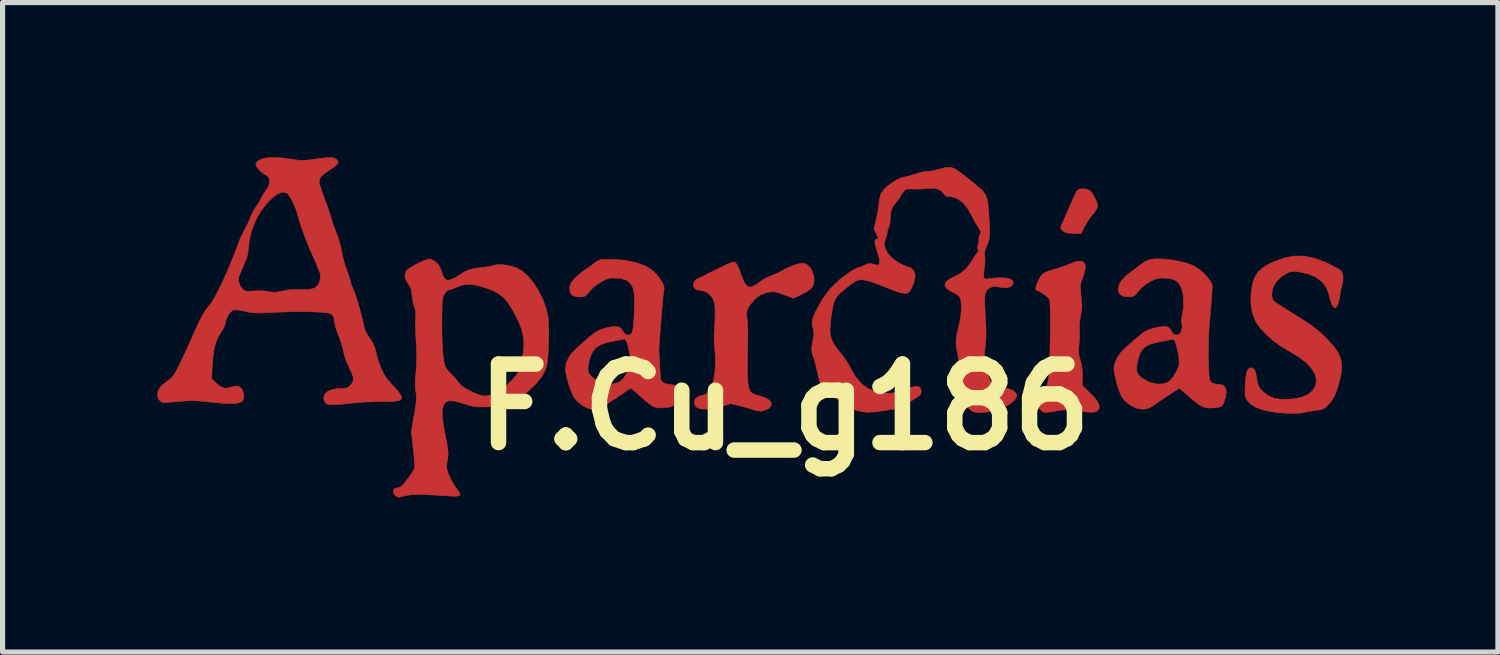
<source format=kicad_pcb>
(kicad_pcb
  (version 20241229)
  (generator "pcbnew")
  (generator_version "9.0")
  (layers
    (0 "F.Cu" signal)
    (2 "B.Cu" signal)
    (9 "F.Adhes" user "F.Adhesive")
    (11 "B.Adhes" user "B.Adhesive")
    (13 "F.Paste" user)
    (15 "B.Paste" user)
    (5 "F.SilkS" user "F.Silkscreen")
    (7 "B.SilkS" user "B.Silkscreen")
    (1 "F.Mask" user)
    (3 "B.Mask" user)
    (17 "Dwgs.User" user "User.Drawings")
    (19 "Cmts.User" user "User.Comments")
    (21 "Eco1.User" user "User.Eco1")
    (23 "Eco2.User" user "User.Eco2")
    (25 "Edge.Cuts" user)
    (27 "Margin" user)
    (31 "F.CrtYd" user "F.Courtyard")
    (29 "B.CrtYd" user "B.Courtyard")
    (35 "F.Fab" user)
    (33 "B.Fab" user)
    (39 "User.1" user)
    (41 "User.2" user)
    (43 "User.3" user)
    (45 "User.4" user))
  (footprint "F.Cu_g186"
    (layer "F.Cu")
    (at 12.176 4.849)
    (property "Reference" "F.Cu_g186" (at 0 0 0) (layer "F.SilkS") (effects (font (size 1.524 1.524) (thickness 0.3))))
    (attr through_hole)
    (fp_poly (pts (xy 5.867 -4.225) (xy 5.918 -4.202) (xy 5.961 -4.159) (xy 6.005 -4.09) (xy 6.044 -4.011) (xy 6.069 -3.936) (xy 6.075 -3.898) (xy 6.06 -3.855) (xy 6.022 -3.793) (xy 5.979 -3.739) (xy 5.915 -3.658) (xy 5.853 -3.562) (xy 5.817 -3.498) (xy 5.752 -3.365) (xy 5.633 -3.368) (xy 5.558 -3.372) (xy 5.494 -3.377) (xy 5.469 -3.38) (xy 5.419 -3.403) (xy 5.385 -3.431) (xy 5.364 -3.458) (xy 5.359 -3.484) (xy 5.371 -3.524) (xy 5.391 -3.573) (xy 5.417 -3.631) (xy 5.454 -3.717) (xy 5.499 -3.819) (xy 5.545 -3.925) (xy 5.546 -3.926) (xy 5.589 -4.024) (xy 5.629 -4.109) (xy 5.661 -4.173) (xy 5.681 -4.207) (xy 5.683 -4.209) (xy 5.729 -4.231) (xy 5.796 -4.236) (xy 5.867 -4.225)) (stroke (width 0.01) (type solid)) (fill yes) (layer "F.Cu"))
    (fp_poly (pts (xy 5.77 -2.827) (xy 5.811 -2.801) (xy 5.834 -2.757) (xy 5.835 -2.688) (xy 5.813 -2.592) (xy 5.776 -2.484) (xy 5.754 -2.422) (xy 5.741 -2.372) (xy 5.737 -2.321) (xy 5.741 -2.256) (xy 5.751 -2.165) (xy 5.753 -2.144) (xy 5.765 -2.038) (xy 5.769 -1.959) (xy 5.765 -1.891) (xy 5.753 -1.82) (xy 5.745 -1.787) (xy 5.721 -1.624) (xy 5.72 -1.492) (xy 5.722 -1.387) (xy 5.718 -1.271) (xy 5.711 -1.194) (xy 5.703 -1.103) (xy 5.707 -1.032) (xy 5.723 -0.961) (xy 5.736 -0.921) (xy 5.763 -0.816) (xy 5.777 -0.693) (xy 5.779 -0.607) (xy 5.779 -0.416) (xy 5.913 -0.286) (xy 6.011 -0.186) (xy 6.073 -0.104) (xy 6.104 -0.037) (xy 6.104 0.019) (xy 6.099 0.034) (xy 6.062 0.077) (xy 6.022 0.097) (xy 5.977 0.1) (xy 5.899 0.098) (xy 5.796 0.09) (xy 5.678 0.077) (xy 5.552 0.061) (xy 5.503 0.054) (xy 5.457 0.053) (xy 5.384 0.06) (xy 5.298 0.072) (xy 5.281 0.075) (xy 5.172 0.093) (xy 5.097 0.102) (xy 5.046 0.102) (xy 5.01 0.091) (xy 4.982 0.071) (xy 4.974 0.064) (xy 4.945 0.025) (xy 4.935 -0.02) (xy 4.946 -0.079) (xy 4.978 -0.16) (xy 5.006 -0.219) (xy 5.04 -0.293) (xy 5.069 -0.36) (xy 5.092 -0.426) (xy 5.109 -0.496) (xy 5.123 -0.576) (xy 5.133 -0.672) (xy 5.14 -0.787) (xy 5.146 -0.929) (xy 5.149 -1.102) (xy 5.152 -1.311) (xy 5.153 -1.335) (xy 5.155 -1.546) (xy 5.155 -1.718) (xy 5.155 -1.854) (xy 5.152 -1.957) (xy 5.148 -2.03) (xy 5.142 -2.077) (xy 5.136 -2.097) (xy 5.105 -2.133) (xy 5.048 -2.178) (xy 4.978 -2.223) (xy 4.908 -2.26) (xy 4.879 -2.271) (xy 4.872 -2.294) (xy 4.881 -2.343) (xy 4.903 -2.406) (xy 4.932 -2.473) (xy 4.965 -2.532) (xy 4.99 -2.565) (xy 5.042 -2.605) (xy 5.125 -2.64) (xy 5.215 -2.667) (xy 5.319 -2.699) (xy 5.431 -2.737) (xy 5.525 -2.774) (xy 5.528 -2.775) (xy 5.634 -2.816) (xy 5.713 -2.833) (xy 5.77 -2.827)) (stroke (width 0.01) (type solid)) (fill yes) (layer "F.Cu"))
    (fp_poly (pts (xy 10.091 -2.929) (xy 10.285 -2.888) (xy 10.491 -2.81) (xy 10.539 -2.788) (xy 10.631 -2.742) (xy 10.711 -2.698) (xy 10.771 -2.663) (xy 10.798 -2.642) (xy 10.825 -2.591) (xy 10.837 -2.516) (xy 10.833 -2.431) (xy 10.816 -2.359) (xy 10.802 -2.309) (xy 10.786 -2.234) (xy 10.773 -2.155) (xy 10.75 -2.037) (xy 10.723 -1.961) (xy 10.691 -1.926) (xy 10.658 -1.932) (xy 10.624 -1.98) (xy 10.591 -2.068) (xy 10.563 -2.181) (xy 10.516 -2.314) (xy 10.433 -2.426) (xy 10.317 -2.516) (xy 10.167 -2.582) (xy 9.988 -2.623) (xy 9.971 -2.625) (xy 9.889 -2.633) (xy 9.831 -2.63) (xy 9.781 -2.614) (xy 9.757 -2.603) (xy 9.626 -2.519) (xy 9.531 -2.42) (xy 9.473 -2.309) (xy 9.455 -2.202) (xy 9.459 -2.134) (xy 9.472 -2.081) (xy 9.48 -2.067) (xy 9.506 -2.046) (xy 9.562 -2.008) (xy 9.642 -1.955) (xy 9.742 -1.891) (xy 9.856 -1.82) (xy 9.902 -1.791) (xy 10.071 -1.685) (xy 10.211 -1.591) (xy 10.328 -1.503) (xy 10.43 -1.415) (xy 10.527 -1.32) (xy 10.624 -1.212) (xy 10.671 -1.157) (xy 10.744 -1.053) (xy 10.791 -0.945) (xy 10.811 -0.826) (xy 10.806 -0.691) (xy 10.776 -0.532) (xy 10.732 -0.381) (xy 10.696 -0.274) (xy 10.66 -0.195) (xy 10.619 -0.129) (xy 10.568 -0.067) (xy 10.514 -0.009) (xy 10.472 0.026) (xy 10.427 0.046) (xy 10.364 0.058) (xy 10.311 0.065) (xy 10.221 0.078) (xy 10.137 0.092) (xy 10.078 0.105) (xy 9.995 0.119) (xy 9.881 0.124) (xy 9.745 0.121) (xy 9.596 0.11) (xy 9.462 0.093) (xy 9.287 0.057) (xy 9.144 0.005) (xy 9.037 -0.062) (xy 8.978 -0.127) (xy 8.956 -0.164) (xy 8.942 -0.2) (xy 8.935 -0.247) (xy 8.934 -0.313) (xy 8.937 -0.411) (xy 8.937 -0.423) (xy 8.946 -0.559) (xy 8.962 -0.657) (xy 8.985 -0.721) (xy 9.018 -0.754) (xy 9.051 -0.762) (xy 9.096 -0.748) (xy 9.129 -0.703) (xy 9.15 -0.623) (xy 9.159 -0.566) (xy 9.18 -0.454) (xy 9.218 -0.37) (xy 9.282 -0.298) (xy 9.297 -0.285) (xy 9.395 -0.215) (xy 9.499 -0.172) (xy 9.62 -0.152) (xy 9.706 -0.149) (xy 9.89 -0.16) (xy 10.044 -0.194) (xy 10.166 -0.25) (xy 10.254 -0.327) (xy 10.306 -0.422) (xy 10.319 -0.531) (xy 10.291 -0.642) (xy 10.222 -0.755) (xy 10.112 -0.869) (xy 9.961 -0.983) (xy 9.77 -1.097) (xy 9.751 -1.107) (xy 9.612 -1.192) (xy 9.473 -1.296) (xy 9.344 -1.412) (xy 9.234 -1.53) (xy 9.152 -1.642) (xy 9.14 -1.664) (xy 9.08 -1.816) (xy 9.049 -1.991) (xy 9.049 -2.185) (xy 9.056 -2.255) (xy 9.083 -2.403) (xy 9.125 -2.522) (xy 9.188 -2.619) (xy 9.277 -2.701) (xy 9.399 -2.775) (xy 9.514 -2.829) (xy 9.712 -2.899) (xy 9.902 -2.932) (xy 10.091 -2.929)) (stroke (width 0.01) (type solid)) (fill yes) (layer "F.Cu"))
    (fp_poly (pts (xy -0.958 -2.804) (xy -0.925 -2.766) (xy -0.89 -2.696) (xy -0.852 -2.591) (xy -0.848 -2.578) (xy -0.818 -2.498) (xy -0.785 -2.426) (xy -0.759 -2.382) (xy -0.723 -2.346) (xy -0.685 -2.329) (xy -0.637 -2.335) (xy -0.574 -2.365) (xy -0.49 -2.42) (xy -0.427 -2.465) (xy -0.364 -2.503) (xy -0.285 -2.539) (xy -0.25 -2.552) (xy -0.164 -2.586) (xy -0.075 -2.631) (xy -0.045 -2.648) (xy 0.035 -2.691) (xy 0.128 -2.732) (xy 0.222 -2.766) (xy 0.303 -2.788) (xy 0.35 -2.794) (xy 0.421 -2.774) (xy 0.484 -2.721) (xy 0.534 -2.642) (xy 0.565 -2.547) (xy 0.572 -2.476) (xy 0.565 -2.396) (xy 0.54 -2.334) (xy 0.492 -2.281) (xy 0.413 -2.229) (xy 0.343 -2.193) (xy 0.173 -2.11) (xy 0.018 -2.168) (xy -0.088 -2.206) (xy -0.165 -2.229) (xy -0.228 -2.237) (xy -0.286 -2.233) (xy -0.353 -2.218) (xy -0.374 -2.212) (xy -0.464 -2.178) (xy -0.536 -2.13) (xy -0.59 -2.078) (xy -0.663 -1.994) (xy -0.709 -1.925) (xy -0.732 -1.859) (xy -0.735 -1.786) (xy -0.73 -1.726) (xy -0.724 -1.676) (xy -0.719 -1.627) (xy -0.716 -1.573) (xy -0.714 -1.509) (xy -0.714 -1.429) (xy -0.715 -1.326) (xy -0.717 -1.195) (xy -0.72 -1.031) (xy -0.722 -0.942) (xy -0.724 -0.751) (xy -0.721 -0.599) (xy -0.713 -0.48) (xy -0.699 -0.391) (xy -0.678 -0.327) (xy -0.65 -0.284) (xy -0.627 -0.266) (xy -0.581 -0.245) (xy -0.512 -0.223) (xy -0.469 -0.212) (xy -0.369 -0.178) (xy -0.299 -0.134) (xy -0.262 -0.083) (xy -0.261 -0.031) (xy -0.297 0.019) (xy -0.347 0.05) (xy -0.454 0.081) (xy -0.561 0.07) (xy -0.608 0.053) (xy -0.661 0.034) (xy -0.74 0.011) (xy -0.831 -0.014) (xy -0.862 -0.022) (xy -1.048 -0.067) (xy -1.214 -0.012) (xy -1.344 0.022) (xy -1.471 0.039) (xy -1.584 0.04) (xy -1.672 0.024) (xy -1.693 0.015) (xy -1.738 -0.028) (xy -1.754 -0.089) (xy -1.738 -0.151) (xy -1.724 -0.171) (xy -1.678 -0.202) (xy -1.617 -0.223) (xy -1.611 -0.225) (xy -1.548 -0.243) (xy -1.497 -0.27) (xy -1.494 -0.273) (xy -1.443 -0.34) (xy -1.401 -0.441) (xy -1.369 -0.57) (xy -1.349 -0.72) (xy -1.342 -0.882) (xy -1.349 -1.05) (xy -1.355 -1.108) (xy -1.366 -1.249) (xy -1.368 -1.388) (xy -1.363 -1.479) (xy -1.356 -1.58) (xy -1.35 -1.7) (xy -1.348 -1.816) (xy -1.349 -1.835) (xy -1.351 -1.936) (xy -1.359 -2.008) (xy -1.374 -2.063) (xy -1.398 -2.114) (xy -1.398 -2.114) (xy -1.467 -2.197) (xy -1.557 -2.249) (xy -1.646 -2.265) (xy -1.715 -2.28) (xy -1.757 -2.319) (xy -1.771 -2.371) (xy -1.756 -2.428) (xy -1.71 -2.478) (xy -1.674 -2.498) (xy -1.63 -2.518) (xy -1.556 -2.554) (xy -1.463 -2.6) (xy -1.359 -2.652) (xy -1.318 -2.672) (xy -1.215 -2.723) (xy -1.124 -2.765) (xy -1.051 -2.796) (xy -1.004 -2.813) (xy -0.994 -2.815) (xy -0.958 -2.804)) (stroke (width 0.01) (type solid)) (fill yes) (layer "F.Cu"))
    (fp_poly (pts (xy -3.347 -2.867) (xy -3.104 -2.85) (xy -2.885 -2.805) (xy -2.693 -2.733) (xy -2.68 -2.726) (xy -2.594 -2.671) (xy -2.511 -2.599) (xy -2.438 -2.516) (xy -2.381 -2.432) (xy -2.345 -2.355) (xy -2.336 -2.291) (xy -2.339 -2.279) (xy -2.346 -2.239) (xy -2.356 -2.169) (xy -2.365 -2.078) (xy -2.372 -2) (xy -2.381 -1.885) (xy -2.393 -1.746) (xy -2.404 -1.6) (xy -2.415 -1.471) (xy -2.424 -1.36) (xy -2.431 -1.262) (xy -2.436 -1.185) (xy -2.439 -1.139) (xy -2.439 -1.132) (xy -2.437 -1.063) (xy -2.433 -0.972) (xy -2.428 -0.87) (xy -2.422 -0.766) (xy -2.415 -0.669) (xy -2.409 -0.59) (xy -2.403 -0.538) (xy -2.401 -0.524) (xy -2.364 -0.476) (xy -2.293 -0.448) (xy -2.221 -0.441) (xy -2.144 -0.426) (xy -2.096 -0.384) (xy -2.077 -0.314) (xy -2.086 -0.213) (xy -2.106 -0.133) (xy -2.127 -0.072) (xy -2.153 -0.032) (xy -2.193 -0.009) (xy -2.257 0.005) (xy -2.34 0.015) (xy -2.421 0.018) (xy -2.491 0.008) (xy -2.559 -0.018) (xy -2.633 -0.066) (xy -2.721 -0.138) (xy -2.794 -0.203) (xy -2.865 -0.267) (xy -2.925 -0.318) (xy -2.968 -0.351) (xy -2.986 -0.36) (xy -3.013 -0.348) (xy -3.063 -0.318) (xy -3.118 -0.279) (xy -3.201 -0.221) (xy -3.295 -0.159) (xy -3.344 -0.128) (xy -3.417 -0.082) (xy -3.484 -0.036) (xy -3.521 -0.008) (xy -3.59 0.027) (xy -3.681 0.042) (xy -3.775 0.035) (xy -3.826 0.02) (xy -3.921 -0.031) (xy -4.013 -0.103) (xy -4.076 -0.172) (xy -4.111 -0.233) (xy -4.148 -0.323) (xy -4.185 -0.43) (xy -4.218 -0.54) (xy -4.242 -0.642) (xy -4.252 -0.708) (xy -3.816 -0.708) (xy -3.795 -0.646) (xy -3.749 -0.592) (xy -3.696 -0.552) (xy -3.567 -0.483) (xy -3.44 -0.447) (xy -3.321 -0.447) (xy -3.215 -0.483) (xy -3.192 -0.497) (xy -3.118 -0.57) (xy -3.048 -0.684) (xy -3.046 -0.688) (xy -2.978 -0.826) (xy -3.004 -1.007) (xy -3.022 -1.111) (xy -3.044 -1.201) (xy -3.069 -1.271) (xy -3.093 -1.314) (xy -3.113 -1.322) (xy -3.14 -1.314) (xy -3.198 -1.301) (xy -3.277 -1.286) (xy -3.312 -1.28) (xy -3.462 -1.248) (xy -3.575 -1.208) (xy -3.659 -1.153) (xy -3.721 -1.081) (xy -3.765 -0.984) (xy -3.791 -0.897) (xy -3.813 -0.788) (xy -3.816 -0.708) (xy -4.252 -0.708) (xy -4.254 -0.723) (xy -4.255 -0.739) (xy -4.237 -0.857) (xy -4.183 -0.972) (xy -4.135 -1.038) (xy -4.089 -1.088) (xy -4.019 -1.157) (xy -3.932 -1.235) (xy -3.84 -1.316) (xy -3.749 -1.392) (xy -3.682 -1.445) (xy -3.602 -1.49) (xy -3.497 -1.528) (xy -3.386 -1.554) (xy -3.286 -1.563) (xy -3.265 -1.562) (xy -3.209 -1.552) (xy -3.172 -1.523) (xy -3.143 -1.476) (xy -3.098 -1.419) (xy -3.045 -1.395) (xy -2.996 -1.405) (xy -2.961 -1.444) (xy -2.947 -1.492) (xy -2.935 -1.578) (xy -2.925 -1.697) (xy -2.918 -1.845) (xy -2.914 -2.017) (xy -2.913 -2.064) (xy -2.921 -2.214) (xy -2.949 -2.329) (xy -3 -2.411) (xy -3.076 -2.466) (xy -3.181 -2.496) (xy -3.273 -2.503) (xy -3.353 -2.504) (xy -3.413 -2.496) (xy -3.472 -2.475) (xy -3.545 -2.436) (xy -3.559 -2.429) (xy -3.637 -2.38) (xy -3.707 -2.327) (xy -3.754 -2.282) (xy -3.754 -2.281) (xy -3.81 -2.212) (xy -3.85 -2.169) (xy -3.885 -2.147) (xy -3.925 -2.139) (xy -3.975 -2.138) (xy -4.07 -2.147) (xy -4.132 -2.178) (xy -4.163 -2.234) (xy -4.17 -2.295) (xy -4.165 -2.355) (xy -4.144 -2.405) (xy -4.102 -2.463) (xy -4.085 -2.482) (xy -4.02 -2.547) (xy -3.938 -2.616) (xy -3.879 -2.658) (xy -3.801 -2.711) (xy -3.724 -2.767) (xy -3.675 -2.803) (xy -3.639 -2.831) (xy -3.607 -2.849) (xy -3.569 -2.86) (xy -3.516 -2.865) (xy -3.439 -2.867) (xy -3.347 -2.867)) (stroke (width 0.01) (type solid)) (fill yes) (layer "F.Cu"))
    (fp_poly (pts (xy 7.297 -2.874) (xy 7.345 -2.872) (xy 7.504 -2.856) (xy 7.663 -2.828) (xy 7.808 -2.79) (xy 7.926 -2.746) (xy 7.948 -2.735) (xy 8.04 -2.678) (xy 8.128 -2.604) (xy 8.205 -2.523) (xy 8.263 -2.443) (xy 8.295 -2.371) (xy 8.299 -2.345) (xy 8.297 -2.306) (xy 8.293 -2.234) (xy 8.287 -2.141) (xy 8.278 -2.035) (xy 8.278 -2.032) (xy 8.267 -1.897) (xy 8.255 -1.742) (xy 8.243 -1.589) (xy 8.235 -1.492) (xy 8.228 -1.374) (xy 8.224 -1.241) (xy 8.222 -1.101) (xy 8.222 -0.96) (xy 8.225 -0.825) (xy 8.23 -0.706) (xy 8.237 -0.608) (xy 8.246 -0.539) (xy 8.254 -0.509) (xy 8.297 -0.466) (xy 8.372 -0.444) (xy 8.437 -0.44) (xy 8.509 -0.424) (xy 8.553 -0.377) (xy 8.57 -0.302) (xy 8.558 -0.2) (xy 8.533 -0.117) (xy 8.508 -0.054) (xy 8.483 -0.02) (xy 8.445 -0.003) (xy 8.412 0.004) (xy 8.304 0.019) (xy 8.214 0.018) (xy 8.133 -0.000361) (xy 8.051 -0.041) (xy 7.961 -0.107) (xy 7.851 -0.201) (xy 7.849 -0.204) (xy 7.777 -0.267) (xy 7.717 -0.318) (xy 7.676 -0.35) (xy 7.66 -0.36) (xy 7.636 -0.349) (xy 7.585 -0.318) (xy 7.515 -0.274) (xy 7.434 -0.22) (xy 7.348 -0.163) (xy 7.266 -0.107) (xy 7.195 -0.057) (xy 7.147 -0.021) (xy 7.049 0.029) (xy 6.938 0.043) (xy 6.822 0.02) (xy 6.8 0.011) (xy 6.699 -0.045) (xy 6.609 -0.118) (xy 6.545 -0.195) (xy 6.543 -0.198) (xy 6.515 -0.259) (xy 6.482 -0.349) (xy 6.45 -0.453) (xy 6.422 -0.561) (xy 6.4 -0.658) (xy 6.39 -0.732) (xy 6.389 -0.747) (xy 6.393 -0.768) (xy 6.829 -0.768) (xy 6.834 -0.689) (xy 6.864 -0.626) (xy 6.925 -0.569) (xy 6.963 -0.543) (xy 7.087 -0.479) (xy 7.215 -0.447) (xy 7.337 -0.448) (xy 7.442 -0.482) (xy 7.489 -0.522) (xy 7.543 -0.59) (xy 7.595 -0.675) (xy 7.632 -0.751) (xy 7.649 -0.799) (xy 7.657 -0.845) (xy 7.655 -0.902) (xy 7.646 -0.985) (xy 7.641 -1.016) (xy 7.621 -1.129) (xy 7.596 -1.22) (xy 7.571 -1.283) (xy 7.545 -1.311) (xy 7.54 -1.312) (xy 7.514 -1.309) (xy 7.456 -1.299) (xy 7.377 -1.285) (xy 7.335 -1.278) (xy 7.188 -1.247) (xy 7.076 -1.211) (xy 6.994 -1.166) (xy 6.935 -1.106) (xy 6.891 -1.026) (xy 6.858 -0.92) (xy 6.847 -0.875) (xy 6.829 -0.768) (xy 6.393 -0.768) (xy 6.407 -0.846) (xy 6.453 -0.954) (xy 6.522 -1.056) (xy 6.56 -1.098) (xy 6.628 -1.162) (xy 6.712 -1.238) (xy 6.803 -1.316) (xy 6.889 -1.388) (xy 6.959 -1.443) (xy 6.978 -1.456) (xy 7.053 -1.495) (xy 7.153 -1.529) (xy 7.26 -1.553) (xy 7.355 -1.563) (xy 7.382 -1.562) (xy 7.438 -1.552) (xy 7.475 -1.523) (xy 7.504 -1.476) (xy 7.539 -1.423) (xy 7.577 -1.4) (xy 7.605 -1.397) (xy 7.649 -1.405) (xy 7.679 -1.437) (xy 7.696 -1.473) (xy 7.717 -1.546) (xy 7.708 -1.608) (xy 7.7 -1.668) (xy 7.709 -1.753) (xy 7.72 -1.801) (xy 7.739 -1.927) (xy 7.742 -2.061) (xy 7.731 -2.189) (xy 7.706 -2.298) (xy 7.688 -2.341) (xy 7.634 -2.418) (xy 7.563 -2.468) (xy 7.466 -2.495) (xy 7.372 -2.503) (xy 7.288 -2.503) (xy 7.224 -2.493) (xy 7.159 -2.468) (xy 7.095 -2.435) (xy 7.017 -2.387) (xy 6.945 -2.332) (xy 6.9 -2.288) (xy 6.842 -2.218) (xy 6.801 -2.174) (xy 6.768 -2.15) (xy 6.733 -2.14) (xy 6.688 -2.138) (xy 6.67 -2.138) (xy 6.573 -2.149) (xy 6.509 -2.185) (xy 6.477 -2.246) (xy 6.473 -2.293) (xy 6.491 -2.379) (xy 6.547 -2.467) (xy 6.643 -2.56) (xy 6.683 -2.592) (xy 6.76 -2.65) (xy 6.843 -2.713) (xy 6.879 -2.742) (xy 6.963 -2.803) (xy 7.034 -2.843) (xy 7.105 -2.866) (xy 7.188 -2.875) (xy 7.297 -2.874)) (stroke (width 0.01) (type solid)) (fill yes) (layer "F.Cu"))
    (fp_poly (pts (xy -6.872 -2.871) (xy -6.789 -2.831) (xy -6.717 -2.761) (xy -6.67 -2.675) (xy -6.666 -2.66) (xy -6.632 -2.555) (xy -6.595 -2.489) (xy -6.549 -2.461) (xy -6.488 -2.467) (xy -6.405 -2.505) (xy -6.359 -2.532) (xy -6.285 -2.578) (xy -6.215 -2.62) (xy -6.17 -2.646) (xy -6.115 -2.667) (xy -6.028 -2.687) (xy -5.918 -2.703) (xy -5.888 -2.707) (xy -5.792 -2.719) (xy -5.708 -2.733) (xy -5.648 -2.746) (xy -5.627 -2.754) (xy -5.574 -2.765) (xy -5.493 -2.765) (xy -5.397 -2.753) (xy -5.296 -2.731) (xy -5.214 -2.706) (xy -5.099 -2.644) (xy -4.986 -2.546) (xy -4.879 -2.418) (xy -4.781 -2.269) (xy -4.698 -2.104) (xy -4.633 -1.929) (xy -4.592 -1.757) (xy -4.583 -1.669) (xy -4.578 -1.55) (xy -4.577 -1.411) (xy -4.58 -1.262) (xy -4.585 -1.115) (xy -4.594 -0.98) (xy -4.606 -0.867) (xy -4.616 -0.805) (xy -4.654 -0.692) (xy -4.723 -0.576) (xy -4.825 -0.453) (xy -4.949 -0.331) (xy -5.038 -0.253) (xy -5.108 -0.199) (xy -5.169 -0.163) (xy -5.232 -0.139) (xy -5.245 -0.135) (xy -5.33 -0.107) (xy -5.413 -0.073) (xy -5.45 -0.055) (xy -5.499 -0.034) (xy -5.556 -0.02) (xy -5.632 -0.01) (xy -5.737 -0.005) (xy -5.773 -0.003) (xy -5.886 -0.001) (xy -5.97 -0.004) (xy -6.041 -0.013) (xy -6.111 -0.03) (xy -6.175 -0.05) (xy -6.312 -0.092) (xy -6.416 -0.116) (xy -6.492 -0.123) (xy -6.548 -0.111) (xy -6.588 -0.082) (xy -6.615 -0.042) (xy -6.634 0.012) (xy -6.644 0.083) (xy -6.642 0.175) (xy -6.629 0.293) (xy -6.604 0.444) (xy -6.582 0.562) (xy -6.557 0.69) (xy -6.541 0.785) (xy -6.532 0.856) (xy -6.53 0.912) (xy -6.533 0.962) (xy -6.542 1.013) (xy -6.542 1.016) (xy -6.554 1.097) (xy -6.557 1.173) (xy -6.553 1.211) (xy -6.529 1.29) (xy -6.484 1.388) (xy -6.428 1.491) (xy -6.367 1.583) (xy -6.348 1.608) (xy -6.309 1.663) (xy -6.298 1.699) (xy -6.318 1.721) (xy -6.373 1.73) (xy -6.464 1.729) (xy -6.509 1.726) (xy -6.707 1.714) (xy -6.868 1.704) (xy -7 1.699) (xy -7.107 1.697) (xy -7.196 1.7) (xy -7.273 1.706) (xy -7.344 1.718) (xy -7.414 1.733) (xy -7.476 1.749) (xy -7.516 1.743) (xy -7.555 1.716) (xy -7.593 1.661) (xy -7.595 1.614) (xy -7.561 1.582) (xy -7.541 1.576) (xy -7.485 1.561) (xy -7.451 1.548) (xy -7.419 1.52) (xy -7.373 1.468) (xy -7.319 1.399) (xy -7.265 1.326) (xy -7.22 1.258) (xy -7.189 1.205) (xy -7.182 1.187) (xy -7.18 1.149) (xy -7.183 1.077) (xy -7.189 0.98) (xy -7.2 0.868) (xy -7.207 0.806) (xy -7.244 0.476) (xy -7.188 0.149) (xy -7.167 0.019) (xy -7.153 -0.078) (xy -7.146 -0.151) (xy -7.145 -0.208) (xy -7.15 -0.258) (xy -7.157 -0.296) (xy -7.167 -0.363) (xy -7.17 -0.44) (xy -7.166 -0.538) (xy -7.155 -0.665) (xy -7.154 -0.679) (xy -7.142 -0.832) (xy -7.138 -0.977) (xy -7.142 -1.131) (xy -7.149 -1.25) (xy -7.157 -1.376) (xy -7.161 -1.503) (xy -7.163 -1.618) (xy -7.162 -1.664) (xy -6.65 -1.664) (xy -6.649 -1.408) (xy -6.643 -1.194) (xy -6.63 -1.02) (xy -6.612 -0.888) (xy -6.588 -0.796) (xy -6.577 -0.769) (xy -6.537 -0.711) (xy -6.483 -0.653) (xy -6.471 -0.642) (xy -6.415 -0.587) (xy -6.357 -0.517) (xy -6.338 -0.49) (xy -6.298 -0.44) (xy -6.248 -0.396) (xy -6.177 -0.352) (xy -6.087 -0.305) (xy -5.97 -0.252) (xy -5.877 -0.222) (xy -5.796 -0.215) (xy -5.716 -0.23) (xy -5.626 -0.267) (xy -5.605 -0.277) (xy -5.501 -0.341) (xy -5.393 -0.425) (xy -5.292 -0.52) (xy -5.21 -0.614) (xy -5.175 -0.667) (xy -5.141 -0.745) (xy -5.11 -0.852) (xy -5.084 -0.977) (xy -5.066 -1.106) (xy -5.059 -1.226) (xy -5.059 -1.238) (xy -5.071 -1.376) (xy -5.108 -1.521) (xy -5.172 -1.681) (xy -5.266 -1.862) (xy -5.268 -1.865) (xy -5.352 -2.002) (xy -5.438 -2.108) (xy -5.535 -2.19) (xy -5.651 -2.255) (xy -5.795 -2.31) (xy -5.87 -2.333) (xy -5.997 -2.366) (xy -6.098 -2.382) (xy -6.185 -2.381) (xy -6.271 -2.362) (xy -6.37 -2.324) (xy -6.383 -2.318) (xy -6.451 -2.291) (xy -6.504 -2.274) (xy -6.528 -2.272) (xy -6.551 -2.259) (xy -6.583 -2.22) (xy -6.599 -2.195) (xy -6.615 -2.165) (xy -6.627 -2.134) (xy -6.636 -2.095) (xy -6.642 -2.043) (xy -6.646 -1.97) (xy -6.648 -1.871) (xy -6.65 -1.74) (xy -6.65 -1.664) (xy -7.162 -1.664) (xy -7.161 -1.705) (xy -7.16 -1.716) (xy -7.157 -1.817) (xy -7.164 -1.887) (xy -7.181 -1.938) (xy -7.199 -1.99) (xy -7.216 -2.068) (xy -7.228 -2.155) (xy -7.229 -2.159) (xy -7.241 -2.25) (xy -7.258 -2.314) (xy -7.285 -2.365) (xy -7.305 -2.391) (xy -7.352 -2.472) (xy -7.367 -2.554) (xy -7.349 -2.628) (xy -7.321 -2.665) (xy -7.282 -2.693) (xy -7.217 -2.733) (xy -7.137 -2.777) (xy -7.101 -2.795) (xy -7.003 -2.842) (xy -6.933 -2.867) (xy -6.885 -2.873) (xy -6.872 -2.871)) (stroke (width 0.01) (type solid)) (fill yes) (layer "F.Cu"))
    (fp_poly (pts (xy -8.77 -4.841) (xy -8.741 -4.833) (xy -8.724 -4.824) (xy -8.677 -4.789) (xy -8.663 -4.753) (xy -8.684 -4.711) (xy -8.741 -4.661) (xy -8.815 -4.611) (xy -8.917 -4.541) (xy -8.985 -4.483) (xy -9.022 -4.43) (xy -9.032 -4.376) (xy -9.023 -4.321) (xy -8.979 -4.186) (xy -8.923 -4.024) (xy -8.874 -3.895) (xy -8.842 -3.804) (xy -8.811 -3.709) (xy -8.793 -3.647) (xy -8.771 -3.576) (xy -8.739 -3.483) (xy -8.702 -3.384) (xy -8.689 -3.351) (xy -8.651 -3.245) (xy -8.618 -3.13) (xy -8.595 -3.028) (xy -8.591 -3.006) (xy -8.571 -2.902) (xy -8.54 -2.785) (xy -8.508 -2.688) (xy -8.476 -2.602) (xy -8.45 -2.521) (xy -8.433 -2.461) (xy -8.432 -2.455) (xy -8.413 -2.385) (xy -8.383 -2.311) (xy -8.38 -2.304) (xy -8.353 -2.24) (xy -8.32 -2.146) (xy -8.283 -2.032) (xy -8.247 -1.908) (xy -8.213 -1.786) (xy -8.186 -1.676) (xy -8.171 -1.603) (xy -8.14 -1.486) (xy -8.094 -1.398) (xy -8.081 -1.381) (xy -7.995 -1.253) (xy -7.943 -1.126) (xy -7.926 -1.047) (xy -7.91 -0.978) (xy -7.882 -0.887) (xy -7.846 -0.791) (xy -7.836 -0.764) (xy -7.794 -0.672) (xy -7.749 -0.594) (xy -7.692 -0.518) (xy -7.614 -0.43) (xy -7.595 -0.41) (xy -7.511 -0.317) (xy -7.456 -0.244) (xy -7.432 -0.19) (xy -7.441 -0.152) (xy -7.486 -0.127) (xy -7.567 -0.113) (xy -7.688 -0.107) (xy -7.815 -0.107) (xy -7.957 -0.105) (xy -8.116 -0.098) (xy -8.27 -0.088) (xy -8.392 -0.076) (xy -8.559 -0.057) (xy -8.689 -0.047) (xy -8.784 -0.044) (xy -8.851 -0.05) (xy -8.893 -0.064) (xy -8.893 -0.064) (xy -8.929 -0.106) (xy -8.944 -0.168) (xy -8.934 -0.229) (xy -8.931 -0.234) (xy -8.873 -0.3) (xy -8.781 -0.342) (xy -8.658 -0.359) (xy -8.634 -0.36) (xy -8.552 -0.362) (xy -8.499 -0.372) (xy -8.46 -0.393) (xy -8.439 -0.411) (xy -8.393 -0.462) (xy -8.37 -0.515) (xy -8.372 -0.577) (xy -8.398 -0.656) (xy -8.443 -0.751) (xy -8.498 -0.876) (xy -8.542 -1.003) (xy -8.561 -1.083) (xy -8.587 -1.187) (xy -8.622 -1.299) (xy -8.654 -1.38) (xy -8.689 -1.472) (xy -8.718 -1.57) (xy -8.732 -1.641) (xy -8.742 -1.708) (xy -8.756 -1.757) (xy -8.78 -1.792) (xy -8.821 -1.816) (xy -8.884 -1.83) (xy -8.975 -1.839) (xy -9.1 -1.845) (xy -9.157 -1.847) (xy -9.296 -1.85) (xy -9.462 -1.85) (xy -9.638 -1.847) (xy -9.807 -1.842) (xy -9.895 -1.838) (xy -10.04 -1.831) (xy -10.151 -1.827) (xy -10.237 -1.826) (xy -10.306 -1.829) (xy -10.368 -1.836) (xy -10.431 -1.848) (xy -10.481 -1.859) (xy -10.579 -1.878) (xy -10.645 -1.887) (xy -10.69 -1.884) (xy -10.714 -1.876) (xy -10.756 -1.839) (xy -10.799 -1.777) (xy -10.835 -1.704) (xy -10.856 -1.636) (xy -10.858 -1.613) (xy -10.87 -1.57) (xy -10.901 -1.508) (xy -10.942 -1.443) (xy -10.999 -1.347) (xy -11.042 -1.239) (xy -11.073 -1.112) (xy -11.094 -0.958) (xy -11.106 -0.8) (xy -11.119 -0.552) (xy -11.035 -0.468) (xy -10.949 -0.397) (xy -10.868 -0.366) (xy -10.788 -0.372) (xy -10.765 -0.381) (xy -10.668 -0.409) (xy -10.593 -0.402) (xy -10.538 -0.359) (xy -10.536 -0.357) (xy -10.504 -0.291) (xy -10.493 -0.215) (xy -10.504 -0.147) (xy -10.526 -0.112) (xy -10.576 -0.085) (xy -10.664 -0.071) (xy -10.79 -0.068) (xy -10.955 -0.077) (xy -11.143 -0.096) (xy -11.281 -0.111) (xy -11.391 -0.12) (xy -11.488 -0.123) (xy -11.584 -0.121) (xy -11.695 -0.113) (xy -11.739 -0.109) (xy -11.845 -0.1) (xy -11.938 -0.092) (xy -12.008 -0.087) (xy -12.047 -0.085) (xy -12.049 -0.085) (xy -12.101 -0.103) (xy -12.145 -0.15) (xy -12.169 -0.211) (xy -12.171 -0.232) (xy -12.162 -0.302) (xy -12.133 -0.364) (xy -12.077 -0.426) (xy -11.989 -0.496) (xy -11.934 -0.538) (xy -11.892 -0.576) (xy -11.856 -0.618) (xy -11.821 -0.672) (xy -11.781 -0.748) (xy -11.729 -0.853) (xy -11.724 -0.864) (xy -11.662 -0.995) (xy -11.592 -1.145) (xy -11.524 -1.295) (xy -11.475 -1.408) (xy -11.402 -1.572) (xy -11.338 -1.703) (xy -11.282 -1.807) (xy -11.228 -1.891) (xy -11.173 -1.962) (xy -11.162 -1.973) (xy -11.112 -2.042) (xy -11.051 -2.145) (xy -10.981 -2.278) (xy -10.906 -2.434) (xy -10.903 -2.44) (xy -10.598 -2.44) (xy -10.568 -2.354) (xy -10.525 -2.297) (xy -10.494 -2.269) (xy -10.465 -2.253) (xy -10.424 -2.247) (xy -10.361 -2.249) (xy -10.298 -2.253) (xy -10.207 -2.257) (xy -10.122 -2.255) (xy -10.06 -2.247) (xy -10.054 -2.246) (xy -9.911 -2.226) (xy -9.769 -2.243) (xy -9.727 -2.255) (xy -9.632 -2.274) (xy -9.503 -2.281) (xy -9.398 -2.281) (xy -9.272 -2.281) (xy -9.18 -2.291) (xy -9.114 -2.313) (xy -9.068 -2.351) (xy -9.033 -2.407) (xy -9.025 -2.427) (xy -9.007 -2.506) (xy -9.011 -2.587) (xy -9.035 -2.653) (xy -9.038 -2.656) (xy -9.056 -2.692) (xy -9.069 -2.731) (xy -9.086 -2.777) (xy -9.115 -2.846) (xy -9.145 -2.91) (xy -9.2 -3.031) (xy -9.258 -3.172) (xy -9.316 -3.323) (xy -9.369 -3.47) (xy -9.412 -3.602) (xy -9.438 -3.696) (xy -9.47 -3.803) (xy -9.515 -3.918) (xy -9.56 -4.011) (xy -9.604 -4.086) (xy -9.636 -4.132) (xy -9.666 -4.155) (xy -9.701 -4.165) (xy -9.711 -4.166) (xy -9.776 -4.161) (xy -9.846 -4.13) (xy -9.927 -4.07) (xy -10.023 -3.978) (xy -10.037 -3.963) (xy -10.163 -3.805) (xy -10.267 -3.619) (xy -10.345 -3.419) (xy -10.391 -3.215) (xy -10.4 -3.127) (xy -10.41 -3.024) (xy -10.426 -2.938) (xy -10.454 -2.852) (xy -10.495 -2.757) (xy -10.533 -2.671) (xy -10.565 -2.594) (xy -10.587 -2.539) (xy -10.593 -2.524) (xy -10.598 -2.44) (xy -10.903 -2.44) (xy -10.827 -2.609) (xy -10.747 -2.798) (xy -10.668 -2.994) (xy -10.594 -3.193) (xy -10.593 -3.196) (xy -10.556 -3.288) (xy -10.513 -3.379) (xy -10.477 -3.445) (xy -10.434 -3.524) (xy -10.391 -3.617) (xy -10.37 -3.672) (xy -10.335 -3.755) (xy -10.292 -3.835) (xy -10.264 -3.876) (xy -10.217 -3.944) (xy -10.176 -4.016) (xy -10.169 -4.034) (xy -10.133 -4.103) (xy -10.086 -4.174) (xy -10.075 -4.189) (xy -10.018 -4.28) (xy -9.993 -4.365) (xy -10.002 -4.437) (xy -10.043 -4.491) (xy -10.075 -4.508) (xy -10.13 -4.541) (xy -10.185 -4.59) (xy -10.231 -4.644) (xy -10.259 -4.692) (xy -10.262 -4.715) (xy -10.23 -4.769) (xy -10.162 -4.809) (xy -10.06 -4.834) (xy -9.929 -4.843) (xy -9.771 -4.837) (xy -9.597 -4.815) (xy -9.499 -4.799) (xy -9.424 -4.79) (xy -9.358 -4.786) (xy -9.289 -4.789) (xy -9.205 -4.798) (xy -9.094 -4.812) (xy -9.069 -4.816) (xy -8.952 -4.832) (xy -8.868 -4.841) (xy -8.81 -4.844) (xy -8.77 -4.841)) (stroke (width 0.01) (type solid)) (fill yes) (layer "F.Cu"))
    (fp_poly (pts (xy 3.236 -4.649) (xy 3.291 -4.629) (xy 3.327 -4.609) (xy 3.374 -4.577) (xy 3.442 -4.527) (xy 3.523 -4.464) (xy 3.61 -4.395) (xy 3.694 -4.327) (xy 3.767 -4.265) (xy 3.822 -4.217) (xy 3.847 -4.192) (xy 3.885 -4.141) (xy 3.913 -4.088) (xy 3.932 -4.024) (xy 3.946 -3.94) (xy 3.957 -3.828) (xy 3.963 -3.736) (xy 3.972 -3.584) (xy 3.977 -3.467) (xy 3.979 -3.378) (xy 3.976 -3.311) (xy 3.969 -3.258) (xy 3.958 -3.213) (xy 3.94 -3.169) (xy 3.927 -3.138) (xy 3.894 -3.056) (xy 3.882 -2.99) (xy 3.885 -2.93) (xy 3.889 -2.862) (xy 3.885 -2.773) (xy 3.876 -2.692) (xy 3.863 -2.592) (xy 3.863 -2.526) (xy 3.878 -2.492) (xy 3.909 -2.483) (xy 3.935 -2.487) (xy 3.984 -2.495) (xy 4.059 -2.503) (xy 4.138 -2.508) (xy 4.267 -2.507) (xy 4.361 -2.491) (xy 4.418 -2.46) (xy 4.437 -2.416) (xy 4.424 -2.371) (xy 4.381 -2.333) (xy 4.311 -2.315) (xy 4.224 -2.319) (xy 4.18 -2.328) (xy 4.076 -2.342) (xy 3.989 -2.322) (xy 3.925 -2.27) (xy 3.902 -2.229) (xy 3.892 -2.197) (xy 3.885 -2.157) (xy 3.882 -2.102) (xy 3.882 -2.026) (xy 3.887 -1.922) (xy 3.894 -1.783) (xy 3.896 -1.76) (xy 3.905 -1.582) (xy 3.909 -1.439) (xy 3.907 -1.323) (xy 3.9 -1.229) (xy 3.896 -1.199) (xy 3.88 -1.064) (xy 3.876 -0.956) (xy 3.883 -0.86) (xy 3.903 -0.763) (xy 3.928 -0.676) (xy 3.967 -0.566) (xy 4.006 -0.491) (xy 4.054 -0.441) (xy 4.118 -0.409) (xy 4.208 -0.387) (xy 4.221 -0.384) (xy 4.343 -0.356) (xy 4.428 -0.324) (xy 4.479 -0.283) (xy 4.5 -0.242) (xy 4.494 -0.184) (xy 4.452 -0.124) (xy 4.381 -0.065) (xy 4.286 -0.01) (xy 4.173 0.037) (xy 4.049 0.074) (xy 3.92 0.098) (xy 3.805 0.106) (xy 3.726 0.104) (xy 3.673 0.095) (xy 3.631 0.074) (xy 3.587 0.039) (xy 3.539 -0.014) (xy 3.486 -0.09) (xy 3.438 -0.173) (xy 3.435 -0.178) (xy 3.36 -0.327) (xy 3.37 -0.644) (xy 3.373 -0.799) (xy 3.371 -0.919) (xy 3.364 -1.008) (xy 3.352 -1.068) (xy 3.33 -1.18) (xy 3.327 -1.291) (xy 3.342 -1.414) (xy 3.376 -1.556) (xy 3.414 -1.729) (xy 3.429 -1.896) (xy 3.429 -1.928) (xy 3.426 -2.03) (xy 3.413 -2.102) (xy 3.382 -2.154) (xy 3.327 -2.196) (xy 3.241 -2.241) (xy 3.228 -2.247) (xy 3.15 -2.297) (xy 3.113 -2.35) (xy 3.116 -2.405) (xy 3.16 -2.458) (xy 3.244 -2.506) (xy 3.275 -2.519) (xy 3.399 -2.583) (xy 3.512 -2.676) (xy 3.6 -2.785) (xy 3.624 -2.826) (xy 3.664 -2.894) (xy 3.709 -2.955) (xy 3.719 -2.966) (xy 3.753 -3.011) (xy 3.757 -3.046) (xy 3.75 -3.063) (xy 3.74 -3.114) (xy 3.748 -3.134) (xy 3.76 -3.174) (xy 3.767 -3.235) (xy 3.767 -3.252) (xy 3.774 -3.314) (xy 3.792 -3.358) (xy 3.797 -3.364) (xy 3.81 -3.383) (xy 3.805 -3.412) (xy 3.778 -3.46) (xy 3.753 -3.499) (xy 3.702 -3.58) (xy 3.653 -3.668) (xy 3.63 -3.715) (xy 3.549 -3.86) (xy 3.455 -3.972) (xy 3.35 -4.046) (xy 3.238 -4.082) (xy 3.194 -4.085) (xy 3.136 -4.094) (xy 3.097 -4.128) (xy 3.083 -4.148) (xy 3.026 -4.206) (xy 2.938 -4.24) (xy 2.827 -4.247) (xy 2.765 -4.241) (xy 2.685 -4.233) (xy 2.586 -4.23) (xy 2.507 -4.231) (xy 2.427 -4.233) (xy 2.378 -4.229) (xy 2.345 -4.216) (xy 2.316 -4.188) (xy 2.3 -4.17) (xy 2.265 -4.124) (xy 2.245 -4.09) (xy 2.244 -4.084) (xy 2.231 -4.058) (xy 2.197 -4.014) (xy 2.17 -3.983) (xy 2.107 -3.902) (xy 2.07 -3.823) (xy 2.055 -3.728) (xy 2.052 -3.666) (xy 2.047 -3.589) (xy 2.033 -3.521) (xy 2.021 -3.493) (xy 1.998 -3.43) (xy 1.99 -3.38) (xy 1.98 -3.319) (xy 1.956 -3.256) (xy 1.934 -3.171) (xy 1.95 -3.081) (xy 1.998 -2.989) (xy 2.075 -2.901) (xy 2.177 -2.822) (xy 2.299 -2.756) (xy 2.401 -2.72) (xy 2.463 -2.694) (xy 2.5 -2.654) (xy 2.516 -2.619) (xy 2.531 -2.568) (xy 2.532 -2.519) (xy 2.518 -2.455) (xy 2.511 -2.429) (xy 2.483 -2.352) (xy 2.45 -2.283) (xy 2.431 -2.255) (xy 2.397 -2.218) (xy 2.36 -2.205) (xy 2.303 -2.208) (xy 2.294 -2.209) (xy 2.24 -2.222) (xy 2.158 -2.248) (xy 2.059 -2.285) (xy 1.954 -2.327) (xy 1.948 -2.329) (xy 1.839 -2.373) (xy 1.733 -2.412) (xy 1.641 -2.443) (xy 1.576 -2.461) (xy 1.575 -2.461) (xy 1.508 -2.471) (xy 1.45 -2.469) (xy 1.391 -2.449) (xy 1.324 -2.409) (xy 1.239 -2.346) (xy 1.193 -2.309) (xy 1.101 -2.232) (xy 1.035 -2.167) (xy 0.988 -2.102) (xy 0.956 -2.027) (xy 0.932 -1.933) (xy 0.911 -1.809) (xy 0.907 -1.785) (xy 0.887 -1.625) (xy 0.88 -1.497) (xy 0.89 -1.39) (xy 0.919 -1.294) (xy 0.97 -1.201) (xy 1.044 -1.1) (xy 1.094 -1.04) (xy 1.162 -0.95) (xy 1.231 -0.844) (xy 1.286 -0.744) (xy 1.287 -0.743) (xy 1.387 -0.574) (xy 1.504 -0.443) (xy 1.639 -0.349) (xy 1.795 -0.292) (xy 1.973 -0.269) (xy 1.99 -0.269) (xy 2.083 -0.271) (xy 2.162 -0.283) (xy 2.245 -0.308) (xy 2.314 -0.335) (xy 2.442 -0.381) (xy 2.538 -0.401) (xy 2.603 -0.395) (xy 2.64 -0.363) (xy 2.643 -0.355) (xy 2.653 -0.293) (xy 2.63 -0.239) (xy 2.569 -0.188) (xy 2.544 -0.172) (xy 2.47 -0.127) (xy 2.386 -0.074) (xy 2.341 -0.045) (xy 2.291 -0.014) (xy 2.241 0.009) (xy 2.182 0.027) (xy 2.104 0.043) (xy 1.997 0.06) (xy 1.958 0.066) (xy 1.822 0.085) (xy 1.717 0.096) (xy 1.634 0.101) (xy 1.562 0.098) (xy 1.491 0.087) (xy 1.411 0.069) (xy 1.367 0.058) (xy 1.275 0.032) (xy 1.21 0.004) (xy 1.158 -0.032) (xy 1.113 -0.075) (xy 1.046 -0.133) (xy 0.961 -0.192) (xy 0.893 -0.231) (xy 0.829 -0.266) (xy 0.78 -0.303) (xy 0.741 -0.35) (xy 0.709 -0.412) (xy 0.68 -0.497) (xy 0.65 -0.612) (xy 0.626 -0.716) (xy 0.604 -0.813) (xy 0.583 -0.895) (xy 0.567 -0.953) (xy 0.558 -0.978) (xy 0.53 -1.06) (xy 0.527 -1.169) (xy 0.546 -1.283) (xy 0.564 -1.37) (xy 0.568 -1.434) (xy 0.559 -1.495) (xy 0.554 -1.515) (xy 0.538 -1.583) (xy 0.532 -1.638) (xy 0.54 -1.692) (xy 0.561 -1.757) (xy 0.6 -1.845) (xy 0.612 -1.871) (xy 0.736 -2.099) (xy 0.889 -2.3) (xy 1.073 -2.478) (xy 1.292 -2.638) (xy 1.301 -2.643) (xy 1.363 -2.679) (xy 1.415 -2.703) (xy 1.438 -2.709) (xy 1.477 -2.719) (xy 1.533 -2.743) (xy 1.555 -2.754) (xy 1.615 -2.781) (xy 1.663 -2.787) (xy 1.716 -2.775) (xy 1.775 -2.758) (xy 1.808 -2.755) (xy 1.825 -2.766) (xy 1.839 -2.789) (xy 1.845 -2.825) (xy 1.835 -2.886) (xy 1.809 -2.978) (xy 1.798 -3.012) (xy 1.766 -3.12) (xy 1.752 -3.194) (xy 1.756 -3.239) (xy 1.778 -3.258) (xy 1.791 -3.26) (xy 1.812 -3.263) (xy 1.817 -3.277) (xy 1.805 -3.312) (xy 1.776 -3.369) (xy 1.732 -3.455) (xy 1.774 -3.627) (xy 1.797 -3.732) (xy 1.817 -3.845) (xy 1.83 -3.942) (xy 1.83 -3.945) (xy 1.841 -4.029) (xy 1.857 -4.103) (xy 1.873 -4.148) (xy 1.922 -4.216) (xy 1.998 -4.288) (xy 2.089 -4.357) (xy 2.184 -4.414) (xy 2.273 -4.453) (xy 2.339 -4.466) (xy 2.379 -4.474) (xy 2.445 -4.492) (xy 2.523 -4.517) (xy 2.529 -4.519) (xy 2.616 -4.546) (xy 2.7 -4.565) (xy 2.762 -4.572) (xy 2.827 -4.578) (xy 2.912 -4.594) (xy 2.995 -4.614) (xy 3.099 -4.642) (xy 3.176 -4.653) (xy 3.236 -4.649)) (stroke (width 0.01) (type solid)) (fill yes) (layer "F.Cu")))
  (gr_rect
    (start -3 -3)
    (end 26.018 9.603)
    (stroke (width 0.1) (type default))
    (fill no)
    (layer "Edge.Cuts")))
</source>
